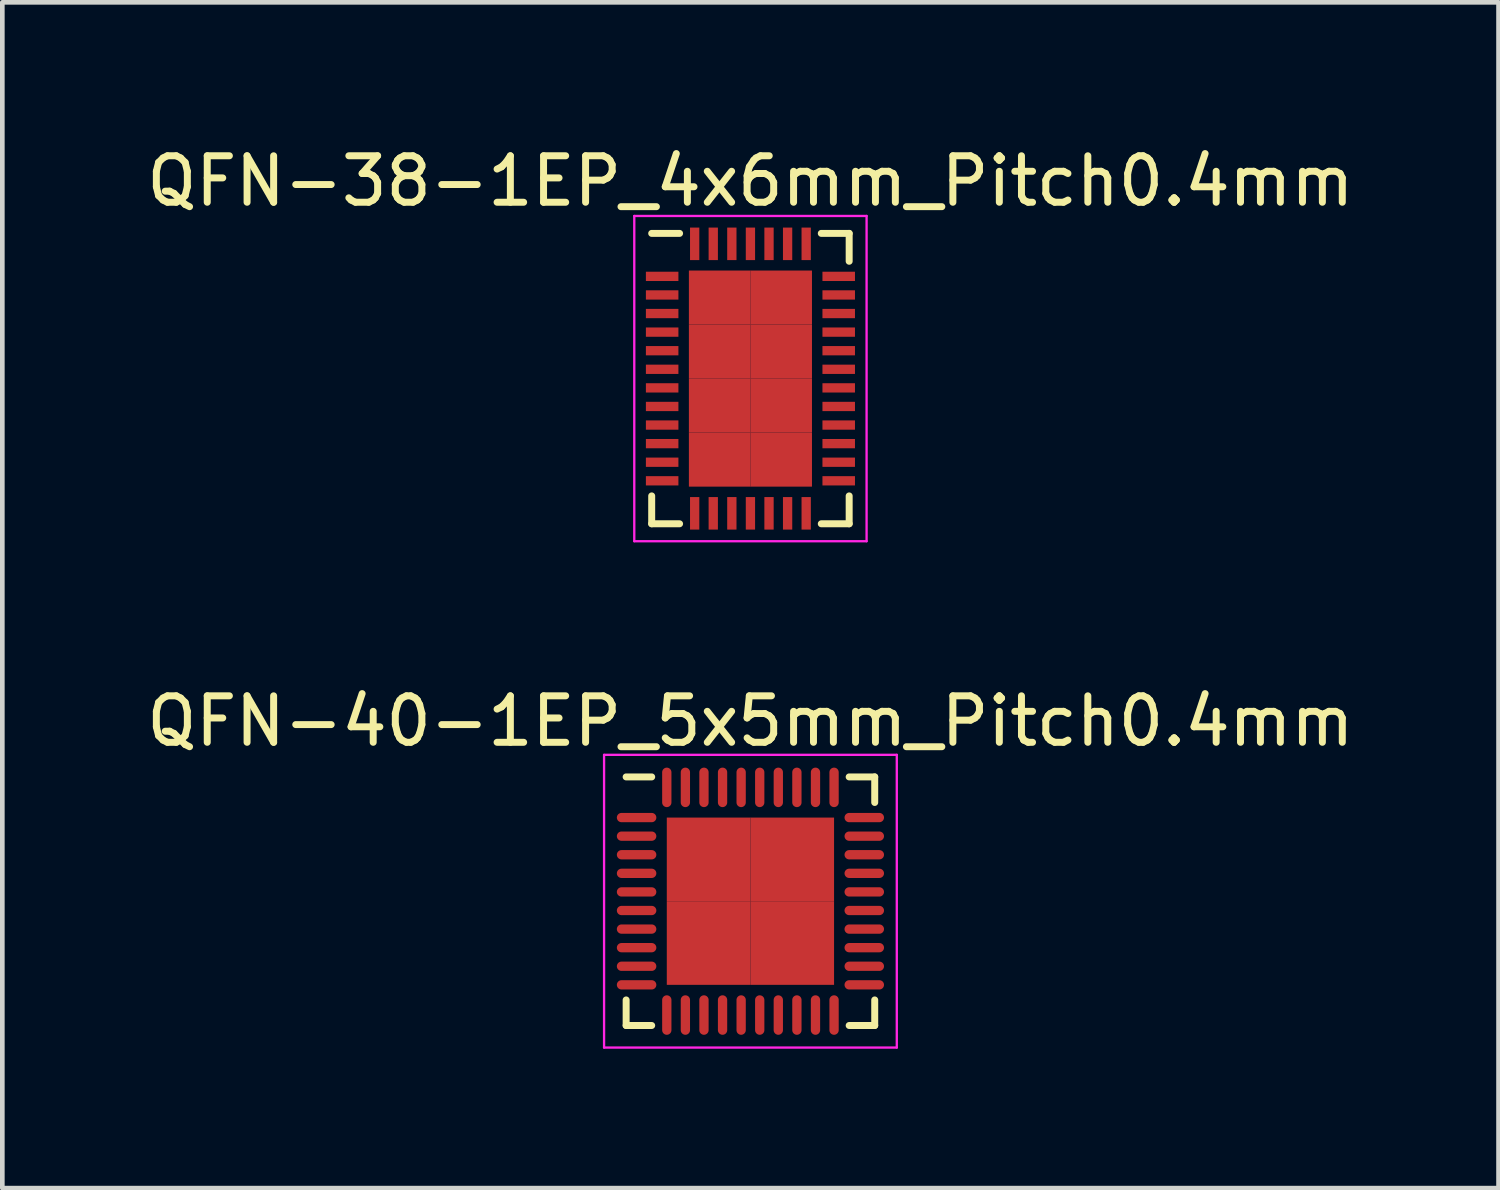
<source format=kicad_pcb>
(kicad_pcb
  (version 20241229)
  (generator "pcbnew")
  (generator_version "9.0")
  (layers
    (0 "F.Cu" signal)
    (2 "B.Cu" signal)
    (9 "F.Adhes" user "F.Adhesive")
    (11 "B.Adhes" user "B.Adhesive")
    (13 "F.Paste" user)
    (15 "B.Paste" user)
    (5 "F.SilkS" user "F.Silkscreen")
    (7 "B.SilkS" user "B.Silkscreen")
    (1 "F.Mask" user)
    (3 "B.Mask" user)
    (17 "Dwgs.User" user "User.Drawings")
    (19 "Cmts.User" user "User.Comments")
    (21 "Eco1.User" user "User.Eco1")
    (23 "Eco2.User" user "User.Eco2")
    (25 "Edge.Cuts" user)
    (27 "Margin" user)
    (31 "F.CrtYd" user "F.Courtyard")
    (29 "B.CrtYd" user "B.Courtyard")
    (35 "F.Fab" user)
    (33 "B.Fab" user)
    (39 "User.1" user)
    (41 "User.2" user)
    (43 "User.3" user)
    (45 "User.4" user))
  (footprint "QFN-40-1EP_5x5mm_Pitch0.4mm"
    (layer "F.Cu")
    (at 13.101 16.346)
    (property "Reference" "QFN-40-1EP_5x5mm_Pitch0.4mm" (at 0 -3.875 0) (layer "F.SilkS") (effects (font (size 1 1) (thickness 0.15))))
    (attr smd)
    (fp_line (start -2.675 -2.675) (end -2.125 -2.675) (stroke (width 0.15) (type solid)) (layer "F.SilkS"))
    (fp_line (start -2.675 2.675) (end -2.675 2.125) (stroke (width 0.15) (type solid)) (layer "F.SilkS"))
    (fp_line (start -2.675 2.675) (end -2.125 2.675) (stroke (width 0.15) (type solid)) (layer "F.SilkS"))
    (fp_line (start 2.675 -2.675) (end 2.125 -2.675) (stroke (width 0.15) (type solid)) (layer "F.SilkS"))
    (fp_line (start 2.675 -2.675) (end 2.675 -2.125) (stroke (width 0.15) (type solid)) (layer "F.SilkS"))
    (fp_line (start 2.675 2.675) (end 2.125 2.675) (stroke (width 0.15) (type solid)) (layer "F.SilkS"))
    (fp_line (start 2.675 2.675) (end 2.675 2.125) (stroke (width 0.15) (type solid)) (layer "F.SilkS"))
    (fp_line (start -3.15 -3.15) (end -3.15 3.15) (stroke (width 0.05) (type solid)) (layer "F.CrtYd"))
    (fp_line (start -3.15 -3.15) (end 3.15 -3.15) (stroke (width 0.05) (type solid)) (layer "F.CrtYd"))
    (fp_line (start -3.15 3.15) (end 3.15 3.15) (stroke (width 0.05) (type solid)) (layer "F.CrtYd"))
    (fp_line (start 3.15 -3.15) (end 3.15 3.15) (stroke (width 0.05) (type solid)) (layer "F.CrtYd"))
    (pad "1" smd oval (at -2.45 -1.8) (size 0.85 0.2) (layers "F.Cu" "F.Mask" "F.Paste"))
    (pad "2" smd oval (at -2.45 -1.4) (size 0.85 0.2) (layers "F.Cu" "F.Mask" "F.Paste"))
    (pad "3" smd oval (at -2.45 -1) (size 0.85 0.2) (layers "F.Cu" "F.Mask" "F.Paste"))
    (pad "4" smd oval (at -2.45 -0.6) (size 0.85 0.2) (layers "F.Cu" "F.Mask" "F.Paste"))
    (pad "5" smd oval (at -2.45 -0.2) (size 0.85 0.2) (layers "F.Cu" "F.Mask" "F.Paste"))
    (pad "6" smd oval (at -2.45 0.2) (size 0.85 0.2) (layers "F.Cu" "F.Mask" "F.Paste"))
    (pad "7" smd oval (at -2.45 0.6) (size 0.85 0.2) (layers "F.Cu" "F.Mask" "F.Paste"))
    (pad "8" smd oval (at -2.45 1) (size 0.85 0.2) (layers "F.Cu" "F.Mask" "F.Paste"))
    (pad "9" smd oval (at -2.45 1.4) (size 0.85 0.2) (layers "F.Cu" "F.Mask" "F.Paste"))
    (pad "10" smd oval (at -2.45 1.8) (size 0.85 0.2) (layers "F.Cu" "F.Mask" "F.Paste"))
    (pad "11" smd oval (at -1.8 2.45 90) (size 0.85 0.2) (layers "F.Cu" "F.Mask" "F.Paste"))
    (pad "12" smd oval (at -1.4 2.45 90) (size 0.85 0.2) (layers "F.Cu" "F.Mask" "F.Paste"))
    (pad "13" smd oval (at -1 2.45 90) (size 0.85 0.2) (layers "F.Cu" "F.Mask" "F.Paste"))
    (pad "14" smd oval (at -0.6 2.45 90) (size 0.85 0.2) (layers "F.Cu" "F.Mask" "F.Paste"))
    (pad "15" smd oval (at -0.2 2.45 90) (size 0.85 0.2) (layers "F.Cu" "F.Mask" "F.Paste"))
    (pad "16" smd oval (at 0.2 2.45 90) (size 0.85 0.2) (layers "F.Cu" "F.Mask" "F.Paste"))
    (pad "17" smd oval (at 0.6 2.45 90) (size 0.85 0.2) (layers "F.Cu" "F.Mask" "F.Paste"))
    (pad "18" smd oval (at 1 2.45 90) (size 0.85 0.2) (layers "F.Cu" "F.Mask" "F.Paste"))
    (pad "19" smd oval (at 1.4 2.45 90) (size 0.85 0.2) (layers "F.Cu" "F.Mask" "F.Paste"))
    (pad "20" smd oval (at 1.8 2.45 90) (size 0.85 0.2) (layers "F.Cu" "F.Mask" "F.Paste"))
    (pad "21" smd oval (at 2.45 1.8) (size 0.85 0.2) (layers "F.Cu" "F.Mask" "F.Paste"))
    (pad "22" smd oval (at 2.45 1.4) (size 0.85 0.2) (layers "F.Cu" "F.Mask" "F.Paste"))
    (pad "23" smd oval (at 2.45 1) (size 0.85 0.2) (layers "F.Cu" "F.Mask" "F.Paste"))
    (pad "24" smd oval (at 2.45 0.6) (size 0.85 0.2) (layers "F.Cu" "F.Mask" "F.Paste"))
    (pad "25" smd oval (at 2.45 0.2) (size 0.85 0.2) (layers "F.Cu" "F.Mask" "F.Paste"))
    (pad "26" smd oval (at 2.45 -0.2) (size 0.85 0.2) (layers "F.Cu" "F.Mask" "F.Paste"))
    (pad "27" smd oval (at 2.45 -0.6) (size 0.85 0.2) (layers "F.Cu" "F.Mask" "F.Paste"))
    (pad "28" smd oval (at 2.45 -1) (size 0.85 0.2) (layers "F.Cu" "F.Mask" "F.Paste"))
    (pad "29" smd oval (at 2.45 -1.4) (size 0.85 0.2) (layers "F.Cu" "F.Mask" "F.Paste"))
    (pad "30" smd oval (at 2.45 -1.8) (size 0.85 0.2) (layers "F.Cu" "F.Mask" "F.Paste"))
    (pad "31" smd oval (at 1.8 -2.45 90) (size 0.85 0.2) (layers "F.Cu" "F.Mask" "F.Paste"))
    (pad "32" smd oval (at 1.4 -2.45 90) (size 0.85 0.2) (layers "F.Cu" "F.Mask" "F.Paste"))
    (pad "33" smd oval (at 1 -2.45 90) (size 0.85 0.2) (layers "F.Cu" "F.Mask" "F.Paste"))
    (pad "34" smd oval (at 0.6 -2.45 90) (size 0.85 0.2) (layers "F.Cu" "F.Mask" "F.Paste"))
    (pad "35" smd oval (at 0.2 -2.45 90) (size 0.85 0.2) (layers "F.Cu" "F.Mask" "F.Paste"))
    (pad "36" smd oval (at -0.2 -2.45 90) (size 0.85 0.2) (layers "F.Cu" "F.Mask" "F.Paste"))
    (pad "37" smd oval (at -0.6 -2.45 90) (size 0.85 0.2) (layers "F.Cu" "F.Mask" "F.Paste"))
    (pad "38" smd oval (at -1 -2.45 90) (size 0.85 0.2) (layers "F.Cu" "F.Mask" "F.Paste"))
    (pad "39" smd oval (at -1.4 -2.45 90) (size 0.85 0.2) (layers "F.Cu" "F.Mask" "F.Paste"))
    (pad "40" smd oval (at -1.8 -2.45 90) (size 0.85 0.2) (layers "F.Cu" "F.Mask" "F.Paste"))
    (pad "41" smd rect (at -0.9 -0.9) (size 1.8 1.8) (layers "F.Cu" "F.Mask" "F.Paste"))
    (pad "41" smd rect (at -0.9 0.9) (size 1.8 1.8) (layers "F.Cu" "F.Mask" "F.Paste"))
    (pad "41" smd rect (at 0.9 -0.9) (size 1.8 1.8) (layers "F.Cu" "F.Mask" "F.Paste"))
    (pad "41" smd rect (at 0.9 0.9) (size 1.8 1.8) (layers "F.Cu" "F.Mask" "F.Paste")))
  (footprint "QFN-38-1EP_4x6mm_Pitch0.4mm"
    (layer "F.Cu")
    (at 13.101 5.098)
    (property "Reference" "QFN-38-1EP_4x6mm_Pitch0.4mm" (at 0 -4.25 0) (layer "F.SilkS") (effects (font (size 1 1) (thickness 0.15))))
    (attr smd)
    (fp_line (start -2.125 -3.125) (end -1.525 -3.125) (stroke (width 0.15) (type solid)) (layer "F.SilkS"))
    (fp_line (start -2.125 3.125) (end -2.125 2.525) (stroke (width 0.15) (type solid)) (layer "F.SilkS"))
    (fp_line (start -2.125 3.125) (end -1.525 3.125) (stroke (width 0.15) (type solid)) (layer "F.SilkS"))
    (fp_line (start 2.125 -3.125) (end 1.525 -3.125) (stroke (width 0.15) (type solid)) (layer "F.SilkS"))
    (fp_line (start 2.125 -3.125) (end 2.125 -2.525) (stroke (width 0.15) (type solid)) (layer "F.SilkS"))
    (fp_line (start 2.125 3.125) (end 1.525 3.125) (stroke (width 0.15) (type solid)) (layer "F.SilkS"))
    (fp_line (start 2.125 3.125) (end 2.125 2.525) (stroke (width 0.15) (type solid)) (layer "F.SilkS"))
    (fp_line (start -2.5 -3.5) (end -2.5 3.5) (stroke (width 0.05) (type solid)) (layer "F.CrtYd"))
    (fp_line (start -2.5 -3.5) (end 2.5 -3.5) (stroke (width 0.05) (type solid)) (layer "F.CrtYd"))
    (fp_line (start -2.5 3.5) (end 2.5 3.5) (stroke (width 0.05) (type solid)) (layer "F.CrtYd"))
    (fp_line (start 2.5 -3.5) (end 2.5 3.5) (stroke (width 0.05) (type solid)) (layer "F.CrtYd"))
    (pad "1" smd rect (at -1.9 -2.2) (size 0.7 0.2) (layers "F.Cu" "F.Mask" "F.Paste"))
    (pad "2" smd rect (at -1.9 -1.8) (size 0.7 0.2) (layers "F.Cu" "F.Mask" "F.Paste"))
    (pad "3" smd rect (at -1.9 -1.4) (size 0.7 0.2) (layers "F.Cu" "F.Mask" "F.Paste"))
    (pad "4" smd rect (at -1.9 -1) (size 0.7 0.2) (layers "F.Cu" "F.Mask" "F.Paste"))
    (pad "5" smd rect (at -1.9 -0.6) (size 0.7 0.2) (layers "F.Cu" "F.Mask" "F.Paste"))
    (pad "6" smd rect (at -1.9 -0.2) (size 0.7 0.2) (layers "F.Cu" "F.Mask" "F.Paste"))
    (pad "7" smd rect (at -1.9 0.2) (size 0.7 0.2) (layers "F.Cu" "F.Mask" "F.Paste"))
    (pad "8" smd rect (at -1.9 0.6) (size 0.7 0.2) (layers "F.Cu" "F.Mask" "F.Paste"))
    (pad "9" smd rect (at -1.9 1) (size 0.7 0.2) (layers "F.Cu" "F.Mask" "F.Paste"))
    (pad "10" smd rect (at -1.9 1.4) (size 0.7 0.2) (layers "F.Cu" "F.Mask" "F.Paste"))
    (pad "11" smd rect (at -1.9 1.8) (size 0.7 0.2) (layers "F.Cu" "F.Mask" "F.Paste"))
    (pad "12" smd rect (at -1.9 2.2) (size 0.7 0.2) (layers "F.Cu" "F.Mask" "F.Paste"))
    (pad "13" smd rect (at -1.2 2.9 90) (size 0.7 0.2) (layers "F.Cu" "F.Mask" "F.Paste"))
    (pad "14" smd rect (at -0.8 2.9 90) (size 0.7 0.2) (layers "F.Cu" "F.Mask" "F.Paste"))
    (pad "15" smd rect (at -0.4 2.9 90) (size 0.7 0.2) (layers "F.Cu" "F.Mask" "F.Paste"))
    (pad "16" smd rect (at 0 2.9 90) (size 0.7 0.2) (layers "F.Cu" "F.Mask" "F.Paste"))
    (pad "17" smd rect (at 0.4 2.9 90) (size 0.7 0.2) (layers "F.Cu" "F.Mask" "F.Paste"))
    (pad "18" smd rect (at 0.8 2.9 90) (size 0.7 0.2) (layers "F.Cu" "F.Mask" "F.Paste"))
    (pad "19" smd rect (at 1.2 2.9 90) (size 0.7 0.2) (layers "F.Cu" "F.Mask" "F.Paste"))
    (pad "20" smd rect (at 1.9 2.2) (size 0.7 0.2) (layers "F.Cu" "F.Mask" "F.Paste"))
    (pad "21" smd rect (at 1.9 1.8) (size 0.7 0.2) (layers "F.Cu" "F.Mask" "F.Paste"))
    (pad "22" smd rect (at 1.9 1.4) (size 0.7 0.2) (layers "F.Cu" "F.Mask" "F.Paste"))
    (pad "23" smd rect (at 1.9 1) (size 0.7 0.2) (layers "F.Cu" "F.Mask" "F.Paste"))
    (pad "24" smd rect (at 1.9 0.6) (size 0.7 0.2) (layers "F.Cu" "F.Mask" "F.Paste"))
    (pad "25" smd rect (at 1.9 0.2) (size 0.7 0.2) (layers "F.Cu" "F.Mask" "F.Paste"))
    (pad "26" smd rect (at 1.9 -0.2) (size 0.7 0.2) (layers "F.Cu" "F.Mask" "F.Paste"))
    (pad "27" smd rect (at 1.9 -0.6) (size 0.7 0.2) (layers "F.Cu" "F.Mask" "F.Paste"))
    (pad "28" smd rect (at 1.9 -1) (size 0.7 0.2) (layers "F.Cu" "F.Mask" "F.Paste"))
    (pad "29" smd rect (at 1.9 -1.4) (size 0.7 0.2) (layers "F.Cu" "F.Mask" "F.Paste"))
    (pad "30" smd rect (at 1.9 -1.8) (size 0.7 0.2) (layers "F.Cu" "F.Mask" "F.Paste"))
    (pad "31" smd rect (at 1.9 -2.2) (size 0.7 0.2) (layers "F.Cu" "F.Mask" "F.Paste"))
    (pad "32" smd rect (at 1.2 -2.9 90) (size 0.7 0.2) (layers "F.Cu" "F.Mask" "F.Paste"))
    (pad "33" smd rect (at 0.8 -2.9 90) (size 0.7 0.2) (layers "F.Cu" "F.Mask" "F.Paste"))
    (pad "34" smd rect (at 0.4 -2.9 90) (size 0.7 0.2) (layers "F.Cu" "F.Mask" "F.Paste"))
    (pad "35" smd rect (at 0 -2.9 90) (size 0.7 0.2) (layers "F.Cu" "F.Mask" "F.Paste"))
    (pad "36" smd rect (at -0.4 -2.9 90) (size 0.7 0.2) (layers "F.Cu" "F.Mask" "F.Paste"))
    (pad "37" smd rect (at -0.8 -2.9 90) (size 0.7 0.2) (layers "F.Cu" "F.Mask" "F.Paste"))
    (pad "38" smd rect (at -1.2 -2.9 90) (size 0.7 0.2) (layers "F.Cu" "F.Mask" "F.Paste"))
    (pad "39" smd rect (at -0.662 -1.744) (size 1.325 1.163) (layers "F.Cu" "F.Mask" "F.Paste"))
    (pad "39" smd rect (at -0.662 -0.581) (size 1.325 1.163) (layers "F.Cu" "F.Mask" "F.Paste"))
    (pad "39" smd rect (at -0.662 0.581) (size 1.325 1.163) (layers "F.Cu" "F.Mask" "F.Paste"))
    (pad "39" smd rect (at -0.662 1.744) (size 1.325 1.163) (layers "F.Cu" "F.Mask" "F.Paste"))
    (pad "39" smd rect (at 0.662 -1.744) (size 1.325 1.163) (layers "F.Cu" "F.Mask" "F.Paste"))
    (pad "39" smd rect (at 0.662 -0.581) (size 1.325 1.163) (layers "F.Cu" "F.Mask" "F.Paste"))
    (pad "39" smd rect (at 0.662 0.581) (size 1.325 1.163) (layers "F.Cu" "F.Mask" "F.Paste"))
    (pad "39" smd rect (at 0.662 1.744) (size 1.325 1.163) (layers "F.Cu" "F.Mask" "F.Paste")))
  (gr_rect
    (start -3 -3)
    (end 29.202 22.521)
    (stroke (width 0.1) (type default))
    (fill no)
    (layer "Edge.Cuts")))
</source>
